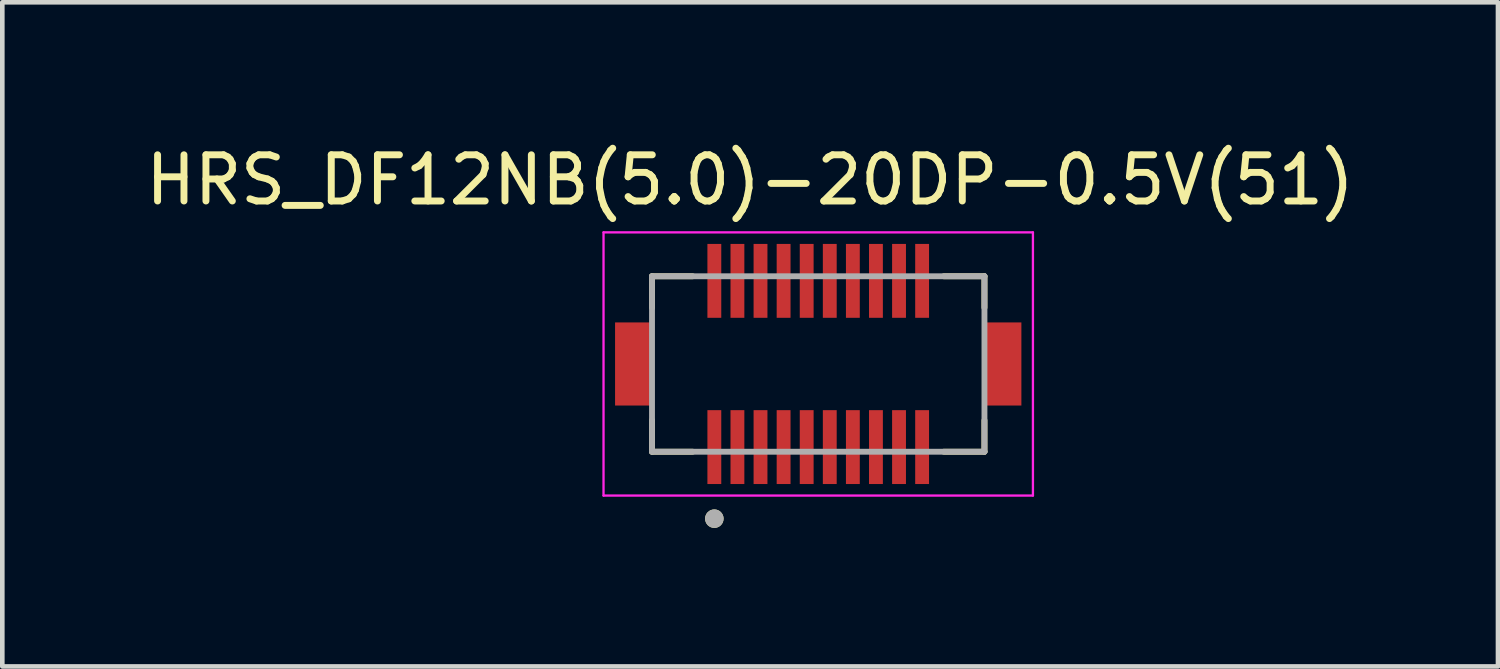
<source format=kicad_pcb>
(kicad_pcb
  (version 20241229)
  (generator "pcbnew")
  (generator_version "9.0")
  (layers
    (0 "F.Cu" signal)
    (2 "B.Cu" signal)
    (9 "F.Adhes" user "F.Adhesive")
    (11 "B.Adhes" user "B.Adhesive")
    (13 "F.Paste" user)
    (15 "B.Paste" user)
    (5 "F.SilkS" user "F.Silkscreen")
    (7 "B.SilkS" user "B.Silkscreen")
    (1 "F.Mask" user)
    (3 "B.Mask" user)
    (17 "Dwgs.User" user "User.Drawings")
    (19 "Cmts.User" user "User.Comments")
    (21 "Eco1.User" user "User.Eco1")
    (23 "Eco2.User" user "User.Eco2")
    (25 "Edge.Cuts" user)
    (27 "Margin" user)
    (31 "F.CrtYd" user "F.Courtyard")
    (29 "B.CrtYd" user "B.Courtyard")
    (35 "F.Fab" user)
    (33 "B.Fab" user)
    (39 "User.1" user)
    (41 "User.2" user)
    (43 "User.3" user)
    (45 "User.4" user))
  (footprint "HRS_DF12NB(5.0)-20DP-0.5V(51)"
    (layer "F.Cu")
    (at 14.671 4.833)
    (property "Reference" "HRS_DF12NB(5.0)-20DP-0.5V(51)" (at -1.475 -3.985 0) (layer "F.SilkS") (effects (font (size 1 1) (thickness 0.15))))
    (attr through_hole)
    (fp_poly (pts (xy -2.45 -2.65) (xy -2.05 -2.65) (xy -2.05 -0.95) (xy -2.45 -0.95)) (stroke (width 0.01) (type solid)) (fill yes) (layer "F.Mask"))
    (fp_poly (pts (xy -2.45 0.95) (xy -2.05 0.95) (xy -2.05 2.65) (xy -2.45 2.65)) (stroke (width 0.01) (type solid)) (fill yes) (layer "F.Mask"))
    (fp_poly (pts (xy -1.95 -2.65) (xy -1.55 -2.65) (xy -1.55 -0.95) (xy -1.95 -0.95)) (stroke (width 0.01) (type solid)) (fill yes) (layer "F.Mask"))
    (fp_poly (pts (xy -1.95 0.95) (xy -1.55 0.95) (xy -1.55 2.65) (xy -1.95 2.65)) (stroke (width 0.01) (type solid)) (fill yes) (layer "F.Mask"))
    (fp_poly (pts (xy -1.45 -2.65) (xy -1.05 -2.65) (xy -1.05 -0.95) (xy -1.45 -0.95)) (stroke (width 0.01) (type solid)) (fill yes) (layer "F.Mask"))
    (fp_poly (pts (xy -1.45 0.95) (xy -1.05 0.95) (xy -1.05 2.65) (xy -1.45 2.65)) (stroke (width 0.01) (type solid)) (fill yes) (layer "F.Mask"))
    (fp_poly (pts (xy -0.95 -2.65) (xy -0.55 -2.65) (xy -0.55 -0.95) (xy -0.95 -0.95)) (stroke (width 0.01) (type solid)) (fill yes) (layer "F.Mask"))
    (fp_poly (pts (xy -0.95 0.95) (xy -0.55 0.95) (xy -0.55 2.65) (xy -0.95 2.65)) (stroke (width 0.01) (type solid)) (fill yes) (layer "F.Mask"))
    (fp_poly (pts (xy -0.45 -2.65) (xy -0.05 -2.65) (xy -0.05 -0.95) (xy -0.45 -0.95)) (stroke (width 0.01) (type solid)) (fill yes) (layer "F.Mask"))
    (fp_poly (pts (xy -0.45 0.95) (xy -0.05 0.95) (xy -0.05 2.65) (xy -0.45 2.65)) (stroke (width 0.01) (type solid)) (fill yes) (layer "F.Mask"))
    (fp_poly (pts (xy 0.05 -2.65) (xy 0.45 -2.65) (xy 0.45 -0.95) (xy 0.05 -0.95)) (stroke (width 0.01) (type solid)) (fill yes) (layer "F.Mask"))
    (fp_poly (pts (xy 0.05 0.95) (xy 0.45 0.95) (xy 0.45 2.65) (xy 0.05 2.65)) (stroke (width 0.01) (type solid)) (fill yes) (layer "F.Mask"))
    (fp_poly (pts (xy 0.55 -2.65) (xy 0.95 -2.65) (xy 0.95 -0.95) (xy 0.55 -0.95)) (stroke (width 0.01) (type solid)) (fill yes) (layer "F.Mask"))
    (fp_poly (pts (xy 0.55 0.95) (xy 0.95 0.95) (xy 0.95 2.65) (xy 0.55 2.65)) (stroke (width 0.01) (type solid)) (fill yes) (layer "F.Mask"))
    (fp_poly (pts (xy 1.05 -2.65) (xy 1.45 -2.65) (xy 1.45 -0.95) (xy 1.05 -0.95)) (stroke (width 0.01) (type solid)) (fill yes) (layer "F.Mask"))
    (fp_poly (pts (xy 1.05 0.95) (xy 1.45 0.95) (xy 1.45 2.65) (xy 1.05 2.65)) (stroke (width 0.01) (type solid)) (fill yes) (layer "F.Mask"))
    (fp_poly (pts (xy 1.55 -2.65) (xy 1.95 -2.65) (xy 1.95 -0.95) (xy 1.55 -0.95)) (stroke (width 0.01) (type solid)) (fill yes) (layer "F.Mask"))
    (fp_poly (pts (xy 1.55 0.95) (xy 1.95 0.95) (xy 1.95 2.65) (xy 1.55 2.65)) (stroke (width 0.01) (type solid)) (fill yes) (layer "F.Mask"))
    (fp_poly (pts (xy 2.05 -2.65) (xy 2.45 -2.65) (xy 2.45 -0.95) (xy 2.05 -0.95)) (stroke (width 0.01) (type solid)) (fill yes) (layer "F.Mask"))
    (fp_poly (pts (xy 2.05 0.95) (xy 2.45 0.95) (xy 2.45 2.65) (xy 2.05 2.65)) (stroke (width 0.01) (type solid)) (fill yes) (layer "F.Mask"))
    (fp_line (start -3.6 -1.9) (end -2.72 -1.9) (stroke (width 0.127) (type solid)) (layer "F.SilkS"))
    (fp_line (start -3.6 -1.22) (end -3.6 -1.9) (stroke (width 0.127) (type solid)) (layer "F.SilkS"))
    (fp_line (start -3.6 1.9) (end -3.6 1.22) (stroke (width 0.127) (type solid)) (layer "F.SilkS"))
    (fp_line (start -2.72 1.9) (end -3.6 1.9) (stroke (width 0.127) (type solid)) (layer "F.SilkS"))
    (fp_line (start 2.72 -1.9) (end 3.6 -1.9) (stroke (width 0.127) (type solid)) (layer "F.SilkS"))
    (fp_line (start 3.6 -1.9) (end 3.6 -1.22) (stroke (width 0.127) (type solid)) (layer "F.SilkS"))
    (fp_line (start 3.6 1.9) (end 2.72 1.9) (stroke (width 0.127) (type solid)) (layer "F.SilkS"))
    (fp_line (start 3.6 1.9) (end 3.6 1.22) (stroke (width 0.127) (type solid)) (layer "F.SilkS"))
    (fp_circle (center -2.25 3.35) (end -2.15 3.35) (stroke (width 0.2) (type solid)) (fill no) (layer "F.SilkS"))
    (fp_poly (pts (xy -2.39 -2.6) (xy -2.11 -2.6) (xy -2.11 -1.4) (xy -2.39 -1.4)) (stroke (width 0.01) (type solid)) (fill yes) (layer "F.Paste"))
    (fp_poly (pts (xy -2.39 1.4) (xy -2.11 1.4) (xy -2.11 2.6) (xy -2.39 2.6)) (stroke (width 0.01) (type solid)) (fill yes) (layer "F.Paste"))
    (fp_poly (pts (xy -1.89 -2.6) (xy -1.61 -2.6) (xy -1.61 -1.4) (xy -1.89 -1.4)) (stroke (width 0.01) (type solid)) (fill yes) (layer "F.Paste"))
    (fp_poly (pts (xy -1.89 1.4) (xy -1.61 1.4) (xy -1.61 2.6) (xy -1.89 2.6)) (stroke (width 0.01) (type solid)) (fill yes) (layer "F.Paste"))
    (fp_poly (pts (xy -1.39 -2.6) (xy -1.11 -2.6) (xy -1.11 -1.4) (xy -1.39 -1.4)) (stroke (width 0.01) (type solid)) (fill yes) (layer "F.Paste"))
    (fp_poly (pts (xy -1.39 1.4) (xy -1.11 1.4) (xy -1.11 2.6) (xy -1.39 2.6)) (stroke (width 0.01) (type solid)) (fill yes) (layer "F.Paste"))
    (fp_poly (pts (xy -0.89 -2.6) (xy -0.61 -2.6) (xy -0.61 -1.4) (xy -0.89 -1.4)) (stroke (width 0.01) (type solid)) (fill yes) (layer "F.Paste"))
    (fp_poly (pts (xy -0.89 1.4) (xy -0.61 1.4) (xy -0.61 2.6) (xy -0.89 2.6)) (stroke (width 0.01) (type solid)) (fill yes) (layer "F.Paste"))
    (fp_poly (pts (xy -0.39 -2.6) (xy -0.11 -2.6) (xy -0.11 -1.4) (xy -0.39 -1.4)) (stroke (width 0.01) (type solid)) (fill yes) (layer "F.Paste"))
    (fp_poly (pts (xy -0.39 1.4) (xy -0.11 1.4) (xy -0.11 2.6) (xy -0.39 2.6)) (stroke (width 0.01) (type solid)) (fill yes) (layer "F.Paste"))
    (fp_poly (pts (xy 0.11 -2.6) (xy 0.39 -2.6) (xy 0.39 -1.4) (xy 0.11 -1.4)) (stroke (width 0.01) (type solid)) (fill yes) (layer "F.Paste"))
    (fp_poly (pts (xy 0.11 1.4) (xy 0.39 1.4) (xy 0.39 2.6) (xy 0.11 2.6)) (stroke (width 0.01) (type solid)) (fill yes) (layer "F.Paste"))
    (fp_poly (pts (xy 0.61 -2.6) (xy 0.89 -2.6) (xy 0.89 -1.4) (xy 0.61 -1.4)) (stroke (width 0.01) (type solid)) (fill yes) (layer "F.Paste"))
    (fp_poly (pts (xy 0.61 1.4) (xy 0.89 1.4) (xy 0.89 2.6) (xy 0.61 2.6)) (stroke (width 0.01) (type solid)) (fill yes) (layer "F.Paste"))
    (fp_poly (pts (xy 1.11 -2.6) (xy 1.39 -2.6) (xy 1.39 -1.4) (xy 1.11 -1.4)) (stroke (width 0.01) (type solid)) (fill yes) (layer "F.Paste"))
    (fp_poly (pts (xy 1.11 1.4) (xy 1.39 1.4) (xy 1.39 2.6) (xy 1.11 2.6)) (stroke (width 0.01) (type solid)) (fill yes) (layer "F.Paste"))
    (fp_poly (pts (xy 1.61 -2.6) (xy 1.89 -2.6) (xy 1.89 -1.4) (xy 1.61 -1.4)) (stroke (width 0.01) (type solid)) (fill yes) (layer "F.Paste"))
    (fp_poly (pts (xy 1.61 1.4) (xy 1.89 1.4) (xy 1.89 2.6) (xy 1.61 2.6)) (stroke (width 0.01) (type solid)) (fill yes) (layer "F.Paste"))
    (fp_poly (pts (xy 2.11 -2.6) (xy 2.39 -2.6) (xy 2.39 -1.4) (xy 2.11 -1.4)) (stroke (width 0.01) (type solid)) (fill yes) (layer "F.Paste"))
    (fp_poly (pts (xy 2.11 1.4) (xy 2.39 1.4) (xy 2.39 2.6) (xy 2.11 2.6)) (stroke (width 0.01) (type solid)) (fill yes) (layer "F.Paste"))
    (fp_line (start -4.65 -2.85) (end -4.65 2.85) (stroke (width 0.05) (type solid)) (layer "F.CrtYd"))
    (fp_line (start -4.65 2.85) (end 4.65 2.85) (stroke (width 0.05) (type solid)) (layer "F.CrtYd"))
    (fp_line (start 4.65 -2.85) (end -4.65 -2.85) (stroke (width 0.05) (type solid)) (layer "F.CrtYd"))
    (fp_line (start 4.65 2.85) (end 4.65 -2.85) (stroke (width 0.05) (type solid)) (layer "F.CrtYd"))
    (fp_line (start -3.6 -1.9) (end 3.6 -1.9) (stroke (width 0.127) (type solid)) (layer "F.Fab"))
    (fp_line (start -3.6 1.9) (end -3.6 -1.9) (stroke (width 0.127) (type solid)) (layer "F.Fab"))
    (fp_line (start 3.6 -1.9) (end 3.6 1.9) (stroke (width 0.127) (type solid)) (layer "F.Fab"))
    (fp_line (start 3.6 1.9) (end -3.6 1.9) (stroke (width 0.127) (type solid)) (layer "F.Fab"))
    (fp_circle (center -2.25 3.35) (end -2.15 3.35) (stroke (width 0.2) (type solid)) (fill no) (layer "F.Fab"))
    (pad "1" smd rect (at -2.25 1.8) (size 0.3 1.6) (layers "F.Cu"))
    (pad "2" smd rect (at -2.25 -1.8) (size 0.3 1.6) (layers "F.Cu"))
    (pad "3" smd rect (at -1.75 1.8) (size 0.3 1.6) (layers "F.Cu"))
    (pad "4" smd rect (at -1.75 -1.8) (size 0.3 1.6) (layers "F.Cu"))
    (pad "5" smd rect (at -1.25 1.8) (size 0.3 1.6) (layers "F.Cu"))
    (pad "6" smd rect (at -1.25 -1.8) (size 0.3 1.6) (layers "F.Cu"))
    (pad "7" smd rect (at -0.75 1.8) (size 0.3 1.6) (layers "F.Cu"))
    (pad "8" smd rect (at -0.75 -1.8) (size 0.3 1.6) (layers "F.Cu"))
    (pad "9" smd rect (at -0.25 1.8) (size 0.3 1.6) (layers "F.Cu"))
    (pad "10" smd rect (at -0.25 -1.8) (size 0.3 1.6) (layers "F.Cu"))
    (pad "11" smd rect (at 0.25 1.8) (size 0.3 1.6) (layers "F.Cu"))
    (pad "12" smd rect (at 0.25 -1.8) (size 0.3 1.6) (layers "F.Cu"))
    (pad "13" smd rect (at 0.75 1.8) (size 0.3 1.6) (layers "F.Cu"))
    (pad "14" smd rect (at 0.75 -1.8) (size 0.3 1.6) (layers "F.Cu"))
    (pad "15" smd rect (at 1.25 1.8) (size 0.3 1.6) (layers "F.Cu"))
    (pad "16" smd rect (at 1.25 -1.8) (size 0.3 1.6) (layers "F.Cu"))
    (pad "17" smd rect (at 1.75 1.8) (size 0.3 1.6) (layers "F.Cu"))
    (pad "18" smd rect (at 1.75 -1.8) (size 0.3 1.6) (layers "F.Cu"))
    (pad "19" smd rect (at 2.25 1.8) (size 0.3 1.6) (layers "F.Cu"))
    (pad "20" smd rect (at 2.25 -1.8) (size 0.3 1.6) (layers "F.Cu"))
    (pad "S1" smd rect (at -4 0) (size 0.8 1.8) (layers "F.Cu" "F.Mask" "F.Paste"))
    (pad "S2" smd rect (at 4 0) (size 0.8 1.8) (layers "F.Cu" "F.Mask" "F.Paste"))
    (zone (net_name "") (layer "F.Cu") (hatch full 0.508) (connect_pads) (min_thickness 0.01) (filled_areas_thickness no) (keepout (tracks not_allowed) (vias not_allowed) (pads not_allowed) (copperpour not_allowed) (footprints allowed)) (placement (enabled no)) (fill) (polygon (pts (xy 11.071 3.833) (xy 18.271 3.833) (xy 18.271 5.833) (xy 11.071 5.833))))
    (zone (net_name "") (layers "F.Cu" "B.Cu") (hatch full 0.508) (connect_pads) (min_thickness 0.01) (filled_areas_thickness no) (keepout (tracks allowed) (vias not_allowed) (pads allowed) (copperpour allowed) (footprints allowed)) (placement (enabled no)) (fill) (polygon (pts (xy 11.071 3.833) (xy 18.271 3.833) (xy 18.271 5.833) (xy 11.071 5.833)))))
  (gr_rect
    (start -3 -3)
    (end 29.393 11.383)
    (stroke (width 0.1) (type default))
    (fill no)
    (layer "Edge.Cuts")))
</source>
